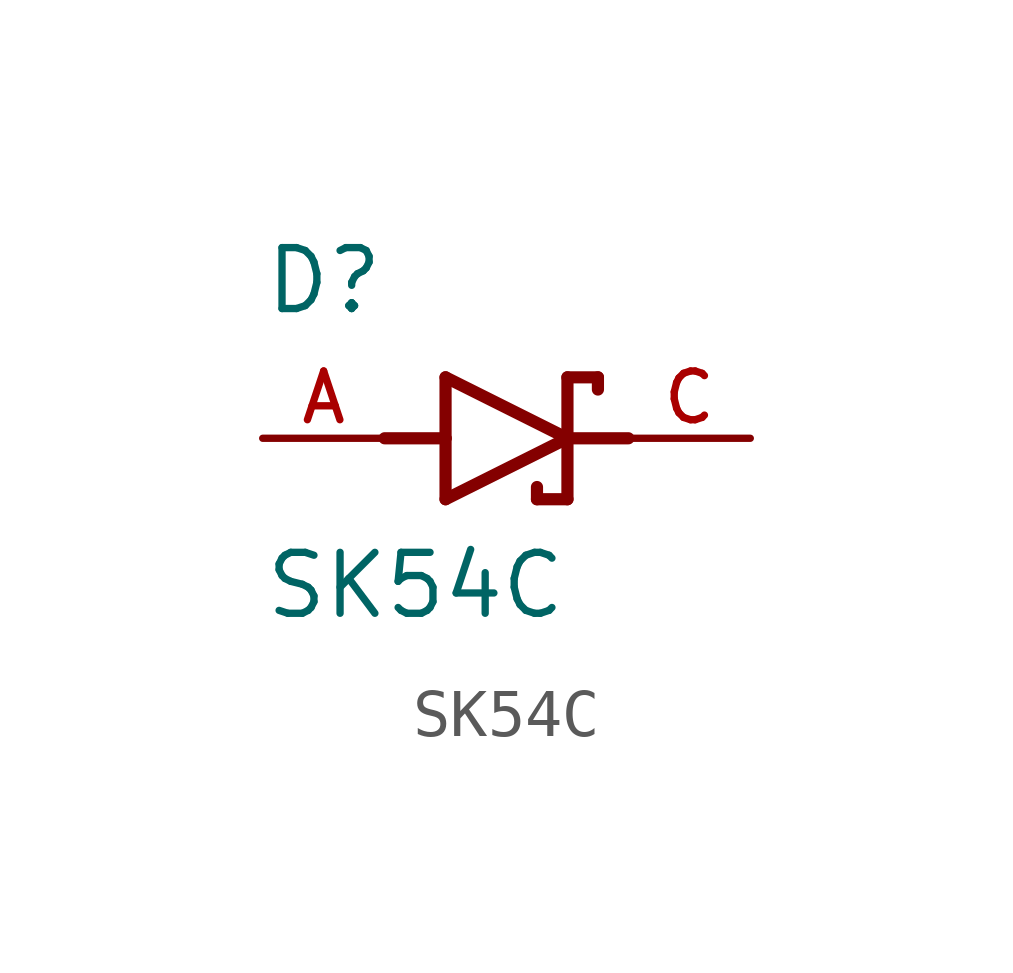
<source format=kicad_sym>
(kicad_symbol_lib
  (version 20211014)
  (generator kicad_symbol_editor)
  (symbol "SK54C"
    (pin_names
      (offset 1.016))
    (property "Reference" "D"
      (at -5.08 2.54 0)
      (effects (font (size 1.27 1.27)) (justify bottom left)))
    (property "Value" "SK54C"
      (at -5.08 -3.81 0)
      (effects (font (size 1.27 1.27)) (justify bottom left)))
    (symbol "SK54C_0_0"
      (polyline (pts (xy -1.27 -1.27) (xy 1.27 0.0)) (stroke (width 0.254)))
      (polyline (pts (xy 1.27 0.0) (xy -1.27 1.27)) (stroke (width 0.254)))
      (polyline (pts (xy 1.905 1.27) (xy 1.27 1.27)) (stroke (width 0.254)))
      (polyline (pts (xy 1.27 1.27) (xy 1.27 0.0)) (stroke (width 0.254)))
      (polyline (pts (xy -1.27 1.27) (xy -1.27 0.0)) (stroke (width 0.254)))
      (polyline (pts (xy -1.27 0.0) (xy -1.27 -1.27)) (stroke (width 0.254)))
      (polyline (pts (xy 1.27 0.0) (xy 1.27 -1.27)) (stroke (width 0.254)))
      (polyline (pts (xy 1.905 1.27) (xy 1.905 1.016)) (stroke (width 0.254)))
      (polyline (pts (xy 1.27 -1.27) (xy 0.635 -1.27)) (stroke (width 0.254)))
      (polyline (pts (xy 0.635 -1.016) (xy 0.635 -1.27)) (stroke (width 0.254)))
      (polyline (pts (xy -2.54 0.0) (xy -1.27 0.0)) (stroke (width 0.254)))
      (polyline (pts (xy 2.54 0.0) (xy 1.27 0.0)) (stroke (width 0.254)))
      (pin passive line (at 5.08 0.0 180.0) (length 2.54) (name "~" (effects (font (size 1.016 1.016)))) (number "C" (effects (font (size 1.016 1.016)))))
      (pin passive line (at -5.08 0.0 0) (length 2.54) (name "~" (effects (font (size 1.016 1.016)))) (number "A" (effects (font (size 1.016 1.016))))))))
</source>
